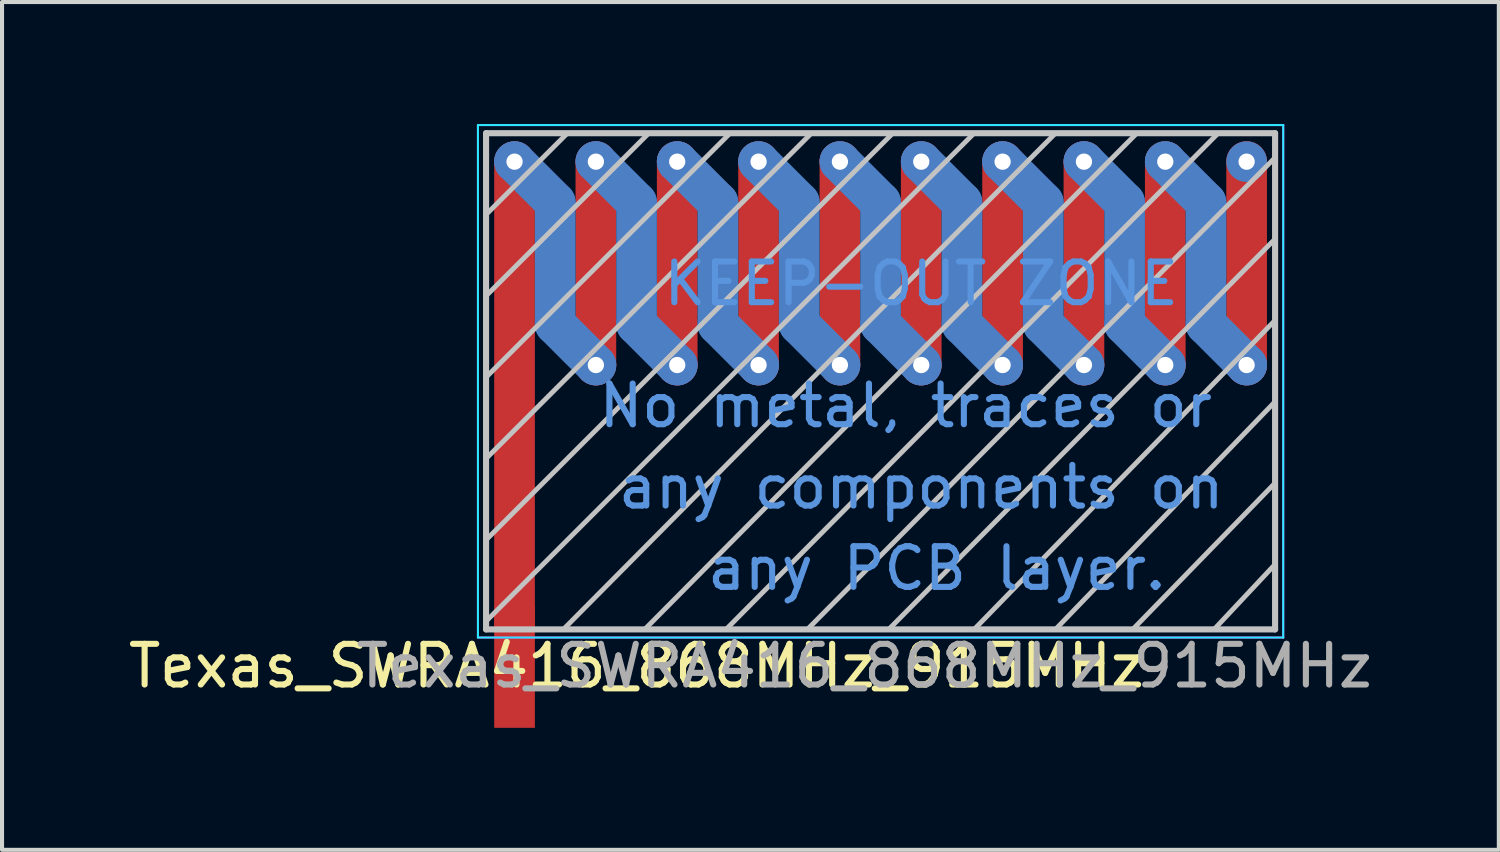
<source format=kicad_pcb>
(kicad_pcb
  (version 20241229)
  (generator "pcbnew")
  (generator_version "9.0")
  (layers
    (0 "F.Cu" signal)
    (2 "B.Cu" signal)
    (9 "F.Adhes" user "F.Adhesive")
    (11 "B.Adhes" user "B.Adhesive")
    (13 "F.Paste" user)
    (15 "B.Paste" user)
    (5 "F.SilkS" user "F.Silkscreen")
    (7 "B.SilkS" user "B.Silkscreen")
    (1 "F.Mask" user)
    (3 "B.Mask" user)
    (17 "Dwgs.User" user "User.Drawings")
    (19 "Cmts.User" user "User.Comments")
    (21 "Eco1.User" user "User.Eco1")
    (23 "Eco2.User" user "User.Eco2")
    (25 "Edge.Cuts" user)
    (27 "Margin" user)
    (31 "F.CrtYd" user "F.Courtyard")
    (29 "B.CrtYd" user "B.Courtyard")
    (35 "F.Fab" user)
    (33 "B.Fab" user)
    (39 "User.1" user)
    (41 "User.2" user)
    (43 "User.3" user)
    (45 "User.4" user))
  (footprint "Texas_SWRA416_868MHz_915MHz"
    (layer "F.Cu")
    (at 18.601 6.725)
    (property "Reference" "Texas_SWRA416_868MHz_915MHz" (at -6 6.6 0) (layer "F.SilkS") (effects (font (size 1 1) (thickness 0.15))))
    (attr smd)
    (fp_line (start -9 5.6) (end -9 -5.8) (stroke (width 1) (type solid)) (layer "F.Cu"))
    (fp_line (start -7 -5.8) (end -7 -0.8) (stroke (width 1) (type solid)) (layer "F.Cu"))
    (fp_line (start -5 -5.8) (end -5 -0.8) (stroke (width 1) (type solid)) (layer "F.Cu"))
    (fp_line (start -3 -5.8) (end -3 -0.8) (stroke (width 1) (type solid)) (layer "F.Cu"))
    (fp_line (start -1 -5.8) (end -1 -0.8) (stroke (width 1) (type solid)) (layer "F.Cu"))
    (fp_line (start 1 -5.8) (end 1 -0.8) (stroke (width 1) (type solid)) (layer "F.Cu"))
    (fp_line (start 3 -5.8) (end 3 -0.8) (stroke (width 1) (type solid)) (layer "F.Cu"))
    (fp_line (start 5 -5.8) (end 5 -0.8) (stroke (width 1) (type solid)) (layer "F.Cu"))
    (fp_line (start 7 -5.8) (end 7 -0.8) (stroke (width 1) (type solid)) (layer "F.Cu"))
    (fp_line (start 9 -5.8) (end 9 -0.8) (stroke (width 1) (type solid)) (layer "F.Cu"))
    (fp_line (start -9 -5.8) (end -8 -4.8) (stroke (width 1) (type solid)) (layer "B.Cu"))
    (fp_line (start -8 -4.8) (end -8 -1.8) (stroke (width 1) (type solid)) (layer "B.Cu"))
    (fp_line (start -8 -1.8) (end -7 -0.8) (stroke (width 1) (type solid)) (layer "B.Cu"))
    (fp_line (start -7 -5.8) (end -6 -4.8) (stroke (width 1) (type solid)) (layer "B.Cu"))
    (fp_line (start -6 -4.8) (end -6 -1.8) (stroke (width 1) (type solid)) (layer "B.Cu"))
    (fp_line (start -6 -1.8) (end -5 -0.8) (stroke (width 1) (type solid)) (layer "B.Cu"))
    (fp_line (start -5 -5.8) (end -4 -4.8) (stroke (width 1) (type solid)) (layer "B.Cu"))
    (fp_line (start -4 -4.8) (end -4 -1.8) (stroke (width 1) (type solid)) (layer "B.Cu"))
    (fp_line (start -4 -1.8) (end -3 -0.8) (stroke (width 1) (type solid)) (layer "B.Cu"))
    (fp_line (start -3 -5.8) (end -2 -4.8) (stroke (width 1) (type solid)) (layer "B.Cu"))
    (fp_line (start -2 -4.8) (end -2 -1.8) (stroke (width 1) (type solid)) (layer "B.Cu"))
    (fp_line (start -2 -1.8) (end -1 -0.8) (stroke (width 1) (type solid)) (layer "B.Cu"))
    (fp_line (start -1 -5.8) (end 0 -4.8) (stroke (width 1) (type solid)) (layer "B.Cu"))
    (fp_line (start 0 -4.8) (end 0 -1.8) (stroke (width 1) (type solid)) (layer "B.Cu"))
    (fp_line (start 0 -1.8) (end 1 -0.8) (stroke (width 1) (type solid)) (layer "B.Cu"))
    (fp_line (start 1 -5.8) (end 2 -4.8) (stroke (width 1) (type solid)) (layer "B.Cu"))
    (fp_line (start 2 -4.8) (end 2 -1.8) (stroke (width 1) (type solid)) (layer "B.Cu"))
    (fp_line (start 2 -1.8) (end 3 -0.8) (stroke (width 1) (type solid)) (layer "B.Cu"))
    (fp_line (start 3 -5.8) (end 4 -4.8) (stroke (width 1) (type solid)) (layer "B.Cu"))
    (fp_line (start 4 -4.8) (end 4 -1.8) (stroke (width 1) (type solid)) (layer "B.Cu"))
    (fp_line (start 4 -1.8) (end 5 -0.8) (stroke (width 1) (type solid)) (layer "B.Cu"))
    (fp_line (start 5 -5.8) (end 6 -4.8) (stroke (width 1) (type solid)) (layer "B.Cu"))
    (fp_line (start 6 -4.8) (end 6 -1.8) (stroke (width 1) (type solid)) (layer "B.Cu"))
    (fp_line (start 6 -1.8) (end 7 -0.8) (stroke (width 1) (type solid)) (layer "B.Cu"))
    (fp_line (start 7 -5.8) (end 8 -4.8) (stroke (width 1) (type solid)) (layer "B.Cu"))
    (fp_line (start 8 -4.8) (end 8 -1.8) (stroke (width 1) (type solid)) (layer "B.Cu"))
    (fp_line (start 8 -1.8) (end 9 -0.8) (stroke (width 1) (type solid)) (layer "B.Cu"))
    (fp_line (start -9.7 -6.5) (end -9.7 5.7) (stroke (width 0.15) (type solid)) (layer "Dwgs.User"))
    (fp_line (start -9.7 -4.5) (end -7.7 -6.5) (stroke (width 0.12) (type solid)) (layer "Dwgs.User"))
    (fp_line (start -9.7 -2.5) (end -5.7 -6.5) (stroke (width 0.12) (type solid)) (layer "Dwgs.User"))
    (fp_line (start -9.7 -0.5) (end -3.7 -6.5) (stroke (width 0.12) (type solid)) (layer "Dwgs.User"))
    (fp_line (start -9.7 1.5) (end -1.7 -6.5) (stroke (width 0.12) (type solid)) (layer "Dwgs.User"))
    (fp_line (start -9.7 3.5) (end 0.3 -6.5) (stroke (width 0.12) (type solid)) (layer "Dwgs.User"))
    (fp_line (start -9.7 5.5) (end 2.3 -6.5) (stroke (width 0.12) (type solid)) (layer "Dwgs.User"))
    (fp_line (start -9.7 5.7) (end 9.7 5.7) (stroke (width 0.15) (type solid)) (layer "Dwgs.User"))
    (fp_line (start 4.3 -6.5) (end -7.8 5.7) (stroke (width 0.12) (type solid)) (layer "Dwgs.User"))
    (fp_line (start 6.3 -6.5) (end -5.8 5.7) (stroke (width 0.12) (type solid)) (layer "Dwgs.User"))
    (fp_line (start 8.3 -6.5) (end -3.8 5.7) (stroke (width 0.12) (type solid)) (layer "Dwgs.User"))
    (fp_line (start 9.7 -6.5) (end -9.7 -6.5) (stroke (width 0.15) (type solid)) (layer "Dwgs.User"))
    (fp_line (start 9.7 -5.9) (end -1.8 5.7) (stroke (width 0.12) (type solid)) (layer "Dwgs.User"))
    (fp_line (start 9.7 -3.9) (end 0.2 5.7) (stroke (width 0.12) (type solid)) (layer "Dwgs.User"))
    (fp_line (start 9.7 -1.9) (end 2.3 5.7) (stroke (width 0.12) (type solid)) (layer "Dwgs.User"))
    (fp_line (start 9.7 0.1) (end 4.3 5.7) (stroke (width 0.12) (type solid)) (layer "Dwgs.User"))
    (fp_line (start 9.7 2.1) (end 6.2 5.7) (stroke (width 0.12) (type solid)) (layer "Dwgs.User"))
    (fp_line (start 9.7 4.1) (end 8.2 5.7) (stroke (width 0.12) (type solid)) (layer "Dwgs.User"))
    (fp_line (start 9.7 5.7) (end 9.7 -6.5) (stroke (width 0.15) (type solid)) (layer "Dwgs.User"))
    (fp_line (start -9.9 -6.7) (end -9.9 5.9) (stroke (width 0.05) (type solid)) (layer "B.CrtYd"))
    (fp_line (start -9.9 5.9) (end 9.9 5.9) (stroke (width 0.05) (type solid)) (layer "B.CrtYd"))
    (fp_line (start 9.9 -6.7) (end -9.9 -6.7) (stroke (width 0.05) (type solid)) (layer "B.CrtYd"))
    (fp_line (start 9.9 5.9) (end 9.9 -6.7) (stroke (width 0.05) (type solid)) (layer "B.CrtYd"))
    (fp_line (start -9.9 -6.7) (end -9.9 5.9) (stroke (width 0.05) (type solid)) (layer "F.CrtYd"))
    (fp_line (start -9.9 5.9) (end 9.9 5.9) (stroke (width 0.05) (type solid)) (layer "F.CrtYd"))
    (fp_line (start 9.9 -6.7) (end -9.9 -6.7) (stroke (width 0.05) (type solid)) (layer "F.CrtYd"))
    (fp_line (start 9.9 5.9) (end 9.9 -6.7) (stroke (width 0.05) (type solid)) (layer "F.CrtYd"))
    (fp_text user "KEEP-OUT ZONE" (at 1 -2.8 0) (layer "Cmts.User") (effects (font (size 1 1) (thickness 0.15))))
    (fp_text user " any PCB layer." (at 1 4.2 0) (layer "Cmts.User") (effects (font (size 1 1) (thickness 0.15))))
    (fp_text user "any components on" (at 1 2.2 0) (layer "Cmts.User") (effects (font (size 1 1) (thickness 0.15))))
    (fp_text user "No metal, traces or " (at 1 0.2 0) (layer "Cmts.User") (effects (font (size 1 1) (thickness 0.15))))
    (fp_text user "${REFERENCE}" (at -0.4 6.6 0) (layer "F.Fab") (effects (font (size 1 1) (thickness 0.15))))
    (pad "" thru_hole circle (at -9 -5.8 180) (size 1 1) (drill 0.4) (layers "*.Cu"))
    (pad "" thru_hole circle (at -7 -5.8 180) (size 1 1) (drill 0.4) (layers "*.Cu"))
    (pad "" thru_hole circle (at -7 -0.8 180) (size 1 1) (drill 0.4) (layers "*.Cu"))
    (pad "" thru_hole circle (at -5 -5.8 180) (size 1 1) (drill 0.4) (layers "*.Cu"))
    (pad "" thru_hole circle (at -5 -0.8 180) (size 1 1) (drill 0.4) (layers "*.Cu"))
    (pad "" thru_hole circle (at -3 -5.8 180) (size 1 1) (drill 0.4) (layers "*.Cu"))
    (pad "" thru_hole circle (at -3 -0.8 180) (size 1 1) (drill 0.4) (layers "*.Cu"))
    (pad "" thru_hole circle (at -1 -5.8 180) (size 1 1) (drill 0.4) (layers "*.Cu"))
    (pad "" thru_hole circle (at -1 -0.8 180) (size 1 1) (drill 0.4) (layers "*.Cu"))
    (pad "" thru_hole circle (at 1 -5.8 180) (size 1 1) (drill 0.4) (layers "*.Cu"))
    (pad "" thru_hole circle (at 1 -0.8 180) (size 1 1) (drill 0.4) (layers "*.Cu"))
    (pad "" thru_hole circle (at 3 -5.8 180) (size 1 1) (drill 0.4) (layers "*.Cu"))
    (pad "" thru_hole circle (at 3 -0.8 180) (size 1 1) (drill 0.4) (layers "*.Cu"))
    (pad "" thru_hole circle (at 5 -5.8 180) (size 1 1) (drill 0.4) (layers "*.Cu"))
    (pad "" thru_hole circle (at 5 -0.8 180) (size 1 1) (drill 0.4) (layers "*.Cu"))
    (pad "" thru_hole circle (at 7 -5.8 180) (size 1 1) (drill 0.4) (layers "*.Cu"))
    (pad "" thru_hole circle (at 7 -0.8 180) (size 1 1) (drill 0.4) (layers "*.Cu"))
    (pad "" thru_hole circle (at 9 -5.8 180) (size 1 1) (drill 0.4) (layers "*.Cu"))
    (pad "" thru_hole circle (at 9 -0.8 180) (size 1 1) (drill 0.4) (layers "*.Cu"))
    (pad "1" smd rect (at -9 7.62 180) (size 1 3) (drill (offset 0 1)) (layers "*.Mask" "F.Cu")))
  (gr_rect
    (start -3 -3)
    (end 33.802 17.845)
    (stroke (width 0.1) (type default))
    (fill no)
    (layer "Edge.Cuts")))
</source>
